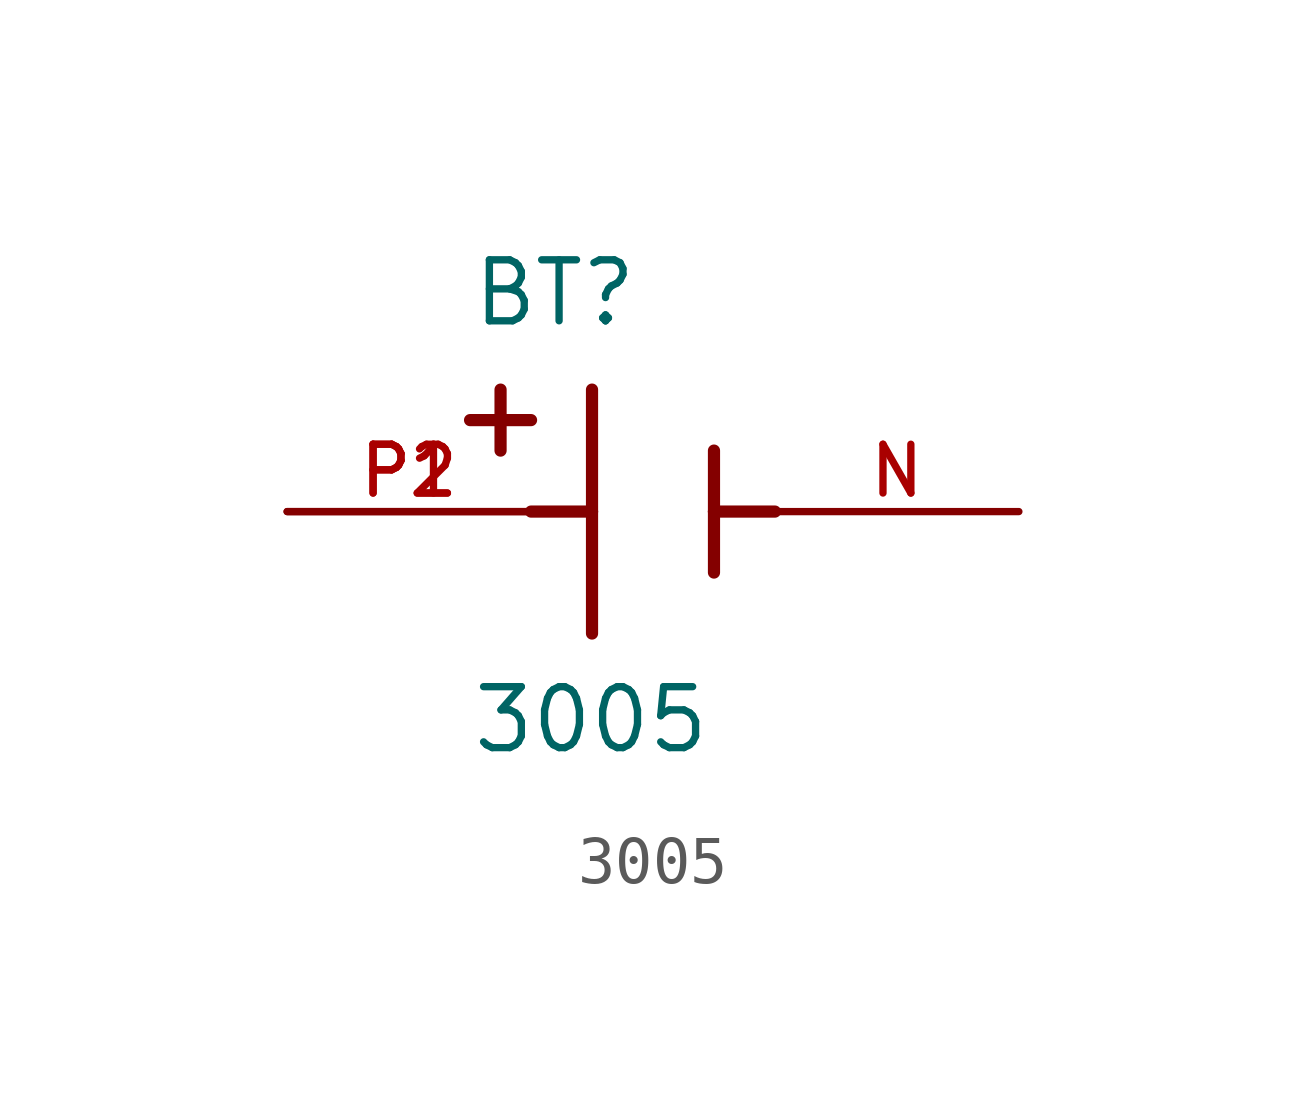
<source format=kicad_sym>
(kicad_symbol_lib
  (version 20211014)
  (generator kicad_symbol_editor)
  (symbol "3005"
    (pin_names
      (offset 1.016))
    (property "Reference" "BT"
      (at -3.81 3.81 0)
      (effects (font (size 1.27 1.27)) (justify bottom left)))
    (property "Value" "3005"
      (at -3.81 -5.08 0)
      (effects (font (size 1.27 1.27)) (justify bottom left)))
    (symbol "3005_0_0"
      (polyline (pts (xy -1.27 2.54) (xy -1.27 0.0)) (stroke (width 0.254)))
      (polyline (pts (xy -1.27 0.0) (xy -1.27 -2.54)) (stroke (width 0.254)))
      (polyline (pts (xy 1.27 1.27) (xy 1.27 0.0)) (stroke (width 0.254)))
      (polyline (pts (xy 1.27 0.0) (xy 1.27 -1.27)) (stroke (width 0.254)))
      (polyline (pts (xy -1.27 0.0) (xy -2.54 0.0)) (stroke (width 0.254)))
      (polyline (pts (xy 1.27 0.0) (xy 2.54 0.0)) (stroke (width 0.254)))
      (polyline (pts (xy -3.175 2.54) (xy -3.175 1.27)) (stroke (width 0.254)))
      (polyline (pts (xy -3.81 1.905) (xy -2.54 1.905)) (stroke (width 0.254)))
      (pin passive line (at -7.62 0.0 0) (length 5.08) (name "~" (effects (font (size 1.016 1.016)))) (number "P1" (effects (font (size 1.016 1.016)))))
      (pin passive line (at -7.62 0.0 0) (length 5.08) (name "~" (effects (font (size 1.016 1.016)))) (number "P2" (effects (font (size 1.016 1.016)))))
      (pin passive line (at 7.62 0.0 180.0) (length 5.08) (name "~" (effects (font (size 1.016 1.016)))) (number "N" (effects (font (size 1.016 1.016))))))))
</source>
